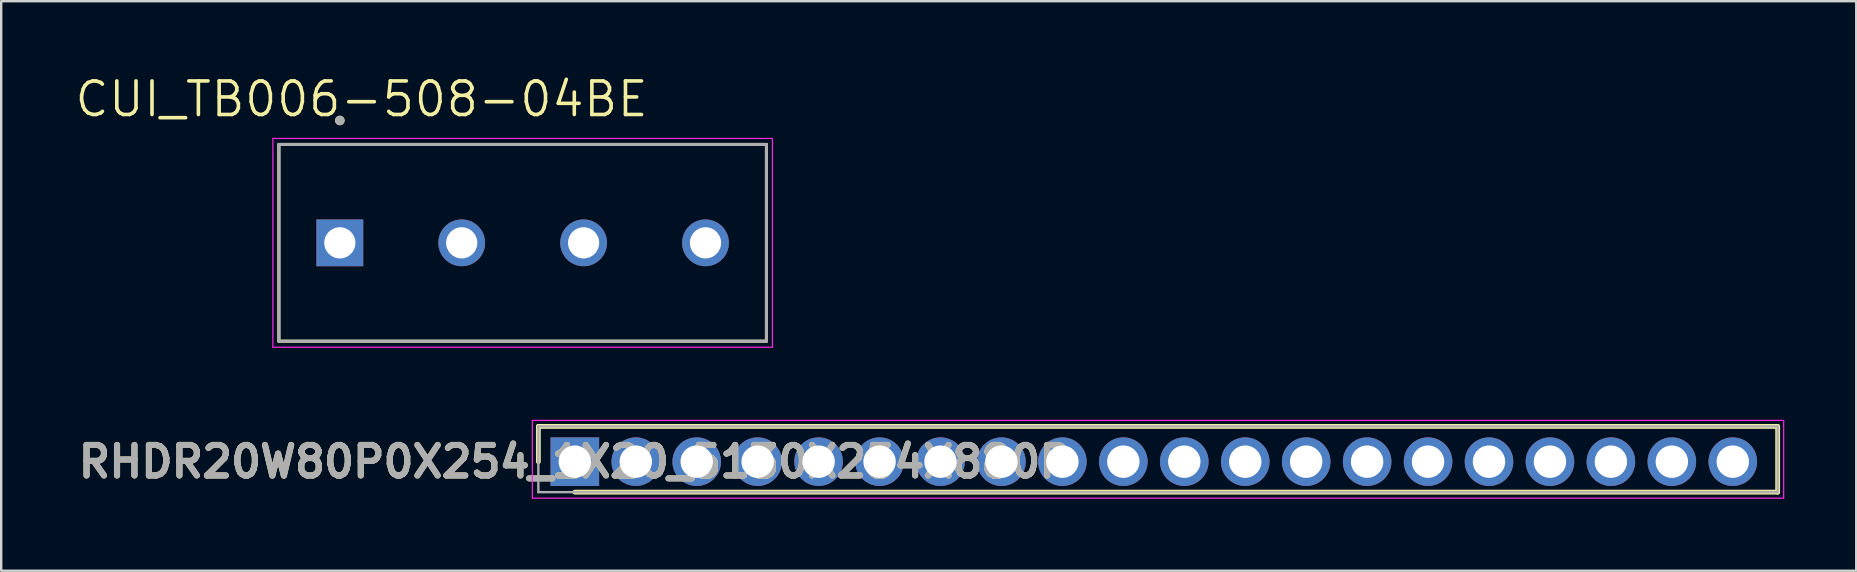
<source format=kicad_pcb>
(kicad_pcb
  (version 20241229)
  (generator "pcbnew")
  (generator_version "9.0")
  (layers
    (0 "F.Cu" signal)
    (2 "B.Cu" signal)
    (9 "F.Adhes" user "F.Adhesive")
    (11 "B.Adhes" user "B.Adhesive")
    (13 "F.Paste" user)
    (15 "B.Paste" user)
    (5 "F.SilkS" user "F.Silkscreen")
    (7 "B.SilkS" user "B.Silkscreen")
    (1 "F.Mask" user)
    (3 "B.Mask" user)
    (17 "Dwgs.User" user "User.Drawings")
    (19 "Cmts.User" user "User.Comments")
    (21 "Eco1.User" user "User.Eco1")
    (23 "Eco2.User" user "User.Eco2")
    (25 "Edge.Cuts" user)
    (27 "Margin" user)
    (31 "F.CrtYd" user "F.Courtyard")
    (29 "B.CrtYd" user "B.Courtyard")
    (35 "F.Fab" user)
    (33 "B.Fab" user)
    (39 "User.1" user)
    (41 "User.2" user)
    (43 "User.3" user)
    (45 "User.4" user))
  (footprint "RHDR20W80P0X254_1X20_5130X254X880P"
    (layer "F.Cu")
    (at 20.907 16.191)
    (property "Reference" "RHDR20W80P0X254_1X20_5130X254X880P" (at 0 0 0) (layer "F.SilkS") (effects (font (size 1.27 1.27) (thickness 0.254))))
    (attr through_hole)
    (fp_line (start -1.52 -1.47) (end -1.52 0) (stroke (width 0.2) (type solid)) (layer "F.SilkS"))
    (fp_line (start 0 1.27) (end 50.13 1.27) (stroke (width 0.2) (type solid)) (layer "F.SilkS"))
    (fp_line (start 50.13 -1.47) (end -1.52 -1.47) (stroke (width 0.2) (type solid)) (layer "F.SilkS"))
    (fp_line (start 50.13 1.27) (end 50.13 -1.47) (stroke (width 0.2) (type solid)) (layer "F.SilkS"))
    (fp_line (start -1.77 -1.72) (end 50.38 -1.72) (stroke (width 0.05) (type solid)) (layer "F.CrtYd"))
    (fp_line (start -1.77 1.52) (end -1.77 -1.72) (stroke (width 0.05) (type solid)) (layer "F.CrtYd"))
    (fp_line (start 50.38 -1.72) (end 50.38 1.52) (stroke (width 0.05) (type solid)) (layer "F.CrtYd"))
    (fp_line (start 50.38 1.52) (end -1.77 1.52) (stroke (width 0.05) (type solid)) (layer "F.CrtYd"))
    (fp_line (start -1.52 -1.47) (end 50.13 -1.47) (stroke (width 0.1) (type solid)) (layer "F.Fab"))
    (fp_line (start -1.52 1.27) (end -1.52 -1.47) (stroke (width 0.1) (type solid)) (layer "F.Fab"))
    (fp_line (start 50.13 -1.47) (end 50.13 1.27) (stroke (width 0.1) (type solid)) (layer "F.Fab"))
    (fp_line (start 50.13 1.27) (end -1.52 1.27) (stroke (width 0.1) (type solid)) (layer "F.Fab"))
    (fp_text user "${REFERENCE}" (at 0 0 0) (layer "F.Fab") (effects (font (size 1.27 1.27) (thickness 0.254))))
    (pad "1" thru_hole rect (at 0 0) (size 2.025 2.025) (drill 1.35) (layers "*.Cu" "*.Mask"))
    (pad "2" thru_hole circle (at 2.54 0) (size 2.025 2.025) (drill 1.35) (layers "*.Cu" "*.Mask"))
    (pad "3" thru_hole circle (at 5.08 0) (size 2.025 2.025) (drill 1.35) (layers "*.Cu" "*.Mask"))
    (pad "4" thru_hole circle (at 7.62 0) (size 2.025 2.025) (drill 1.35) (layers "*.Cu" "*.Mask"))
    (pad "5" thru_hole circle (at 10.16 0) (size 2.025 2.025) (drill 1.35) (layers "*.Cu" "*.Mask"))
    (pad "6" thru_hole circle (at 12.7 0) (size 2.025 2.025) (drill 1.35) (layers "*.Cu" "*.Mask"))
    (pad "7" thru_hole circle (at 15.24 0) (size 2.025 2.025) (drill 1.35) (layers "*.Cu" "*.Mask"))
    (pad "8" thru_hole circle (at 17.78 0) (size 2.025 2.025) (drill 1.35) (layers "*.Cu" "*.Mask"))
    (pad "9" thru_hole circle (at 20.32 0) (size 2.025 2.025) (drill 1.35) (layers "*.Cu" "*.Mask"))
    (pad "10" thru_hole circle (at 22.86 0) (size 2.025 2.025) (drill 1.35) (layers "*.Cu" "*.Mask"))
    (pad "11" thru_hole circle (at 25.4 0) (size 2.025 2.025) (drill 1.35) (layers "*.Cu" "*.Mask"))
    (pad "12" thru_hole circle (at 27.94 0) (size 2.025 2.025) (drill 1.35) (layers "*.Cu" "*.Mask"))
    (pad "13" thru_hole circle (at 30.48 0) (size 2.025 2.025) (drill 1.35) (layers "*.Cu" "*.Mask"))
    (pad "14" thru_hole circle (at 33.02 0) (size 2.025 2.025) (drill 1.35) (layers "*.Cu" "*.Mask"))
    (pad "15" thru_hole circle (at 35.56 0) (size 2.025 2.025) (drill 1.35) (layers "*.Cu" "*.Mask"))
    (pad "16" thru_hole circle (at 38.1 0) (size 2.025 2.025) (drill 1.35) (layers "*.Cu" "*.Mask"))
    (pad "17" thru_hole circle (at 40.64 0) (size 2.025 2.025) (drill 1.35) (layers "*.Cu" "*.Mask"))
    (pad "18" thru_hole circle (at 43.18 0) (size 2.025 2.025) (drill 1.35) (layers "*.Cu" "*.Mask"))
    (pad "19" thru_hole circle (at 45.72 0) (size 2.025 2.025) (drill 1.35) (layers "*.Cu" "*.Mask"))
    (pad "20" thru_hole circle (at 48.26 0) (size 2.025 2.025) (drill 1.35) (layers "*.Cu" "*.Mask")))
  (footprint "CUI_TB006-508-04BE"
    (layer "F.Cu")
    (at 11.113 7.071)
    (property "Reference" "CUI_TB006-508-04BE" (at 0.905 -5.989 0) (layer "F.SilkS") (effects (font (size 1.4 1.4) (thickness 0.15))))
    (attr through_hole)
    (fp_line (start -2.54 -4.1) (end 17.78 -4.1) (stroke (width 0.127) (type solid)) (layer "F.SilkS"))
    (fp_line (start -2.54 4.1) (end -2.54 -4.1) (stroke (width 0.127) (type solid)) (layer "F.SilkS"))
    (fp_line (start 17.78 -4.1) (end 17.78 4.1) (stroke (width 0.127) (type solid)) (layer "F.SilkS"))
    (fp_line (start 17.78 4.1) (end -2.54 4.1) (stroke (width 0.127) (type solid)) (layer "F.SilkS"))
    (fp_circle (center 0 -5.1) (end 0.1 -5.1) (stroke (width 0.2) (type solid)) (fill no) (layer "F.SilkS"))
    (fp_line (start -2.79 -4.35) (end 18.03 -4.35) (stroke (width 0.05) (type solid)) (layer "F.CrtYd"))
    (fp_line (start -2.79 4.35) (end -2.79 -4.35) (stroke (width 0.05) (type solid)) (layer "F.CrtYd"))
    (fp_line (start 18.03 -4.35) (end 18.03 4.35) (stroke (width 0.05) (type solid)) (layer "F.CrtYd"))
    (fp_line (start 18.03 4.35) (end -2.79 4.35) (stroke (width 0.05) (type solid)) (layer "F.CrtYd"))
    (fp_line (start -2.54 -4.1) (end 17.78 -4.1) (stroke (width 0.127) (type solid)) (layer "F.Fab"))
    (fp_line (start -2.54 4.1) (end -2.54 -4.1) (stroke (width 0.127) (type solid)) (layer "F.Fab"))
    (fp_line (start 17.78 -4.1) (end 17.78 4.1) (stroke (width 0.127) (type solid)) (layer "F.Fab"))
    (fp_line (start 17.78 4.1) (end -2.54 4.1) (stroke (width 0.127) (type solid)) (layer "F.Fab"))
    (fp_circle (center 0 -5.1) (end 0.1 -5.1) (stroke (width 0.2) (type solid)) (fill no) (layer "F.Fab"))
    (pad "1" thru_hole rect (at 0 0) (size 1.95 1.95) (drill 1.3) (layers "*.Cu" "*.Mask"))
    (pad "2" thru_hole circle (at 5.08 0) (size 1.95 1.95) (drill 1.3) (layers "*.Cu" "*.Mask"))
    (pad "3" thru_hole circle (at 10.16 0) (size 1.95 1.95) (drill 1.3) (layers "*.Cu" "*.Mask"))
    (pad "4" thru_hole circle (at 15.24 0) (size 1.95 1.95) (drill 1.3) (layers "*.Cu" "*.Mask")))
  (gr_rect
    (start -3 -3)
    (end 74.312 20.736)
    (stroke (width 0.1) (type default))
    (fill no)
    (layer "Edge.Cuts")))
</source>
